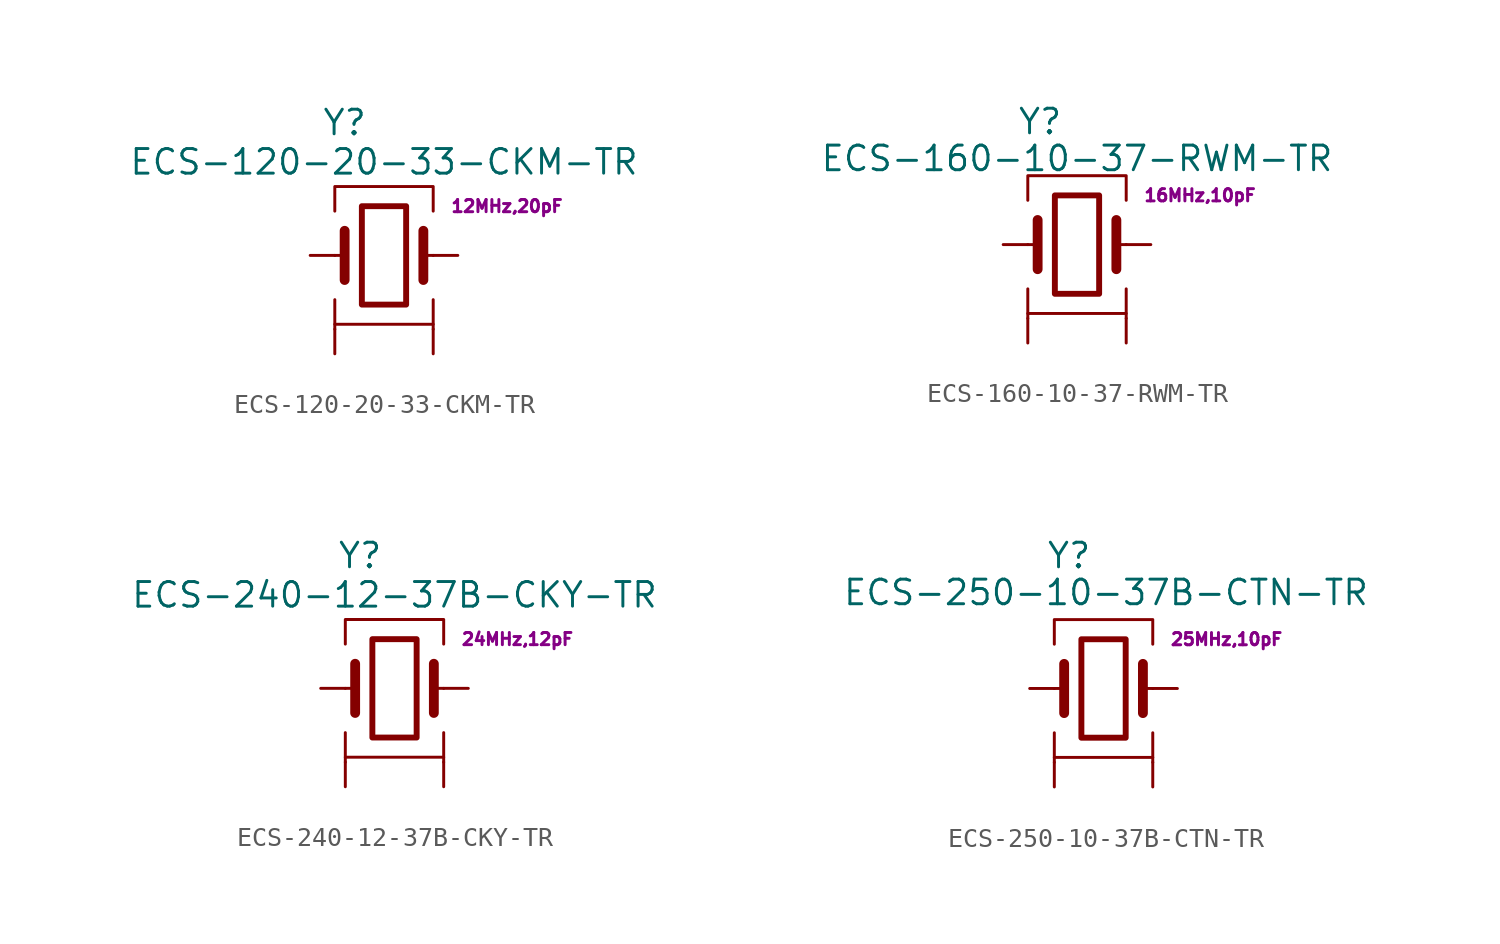
<source format=kicad_sym>
(kicad_symbol_lib
  (version 20241209)
  (generator "kicad_symbol_editor")
  (generator_version "9.0")
  (symbol "ECS-120-20-33-CKM-TR"
    (pin_numbers
      (hide yes))
    (pin_names
      (hide yes))
    (property "Reference" "Y"
      (at -2.032 6.858 0)
      (effects (font (size 1.27 1.27))))
    (property "Value" "ECS-120-20-33-CKM-TR"
      (at 0 4.826 0)
      (effects (font (size 1.27 1.27))))
    (property "Params" "12MHz,20pF"
      (at 6.35 2.54 0)
      (effects (font (size 0.63 0.63))))
    (symbol "ECS-120-20-33-CKM-TR_0_1"
      (polyline (pts (xy -2.54 2.286) (xy -2.54 3.556) (xy 2.54 3.556) (xy 2.54 2.286)) (stroke (width 0) (type default)) (fill (type none)))
      (polyline (pts (xy -2.54 0) (xy -2.032 0)) (stroke (width 0) (type default)) (fill (type none)))
      (polyline (pts (xy -2.54 -2.286) (xy -2.54 -3.556) (xy 2.54 -3.556) (xy 2.54 -2.286)) (stroke (width 0) (type default)) (fill (type none)))
      (polyline (pts (xy -2.54 -3.81) (xy -2.54 -3.556)) (stroke (width 0) (type default)) (fill (type none)))
      (polyline (pts (xy -2.032 -1.27) (xy -2.032 1.27)) (stroke (width 0.508) (type default)) (fill (type none)))
      (rectangle (start -1.143 2.54) (end 1.143 -2.54) (stroke (width 0.305) (type default)) (fill (type none)))
      (polyline (pts (xy 2.032 0) (xy 2.54 0)) (stroke (width 0) (type default)) (fill (type none)))
      (polyline (pts (xy 2.032 -1.27) (xy 2.032 1.27)) (stroke (width 0.508) (type default)) (fill (type none)))
      (polyline (pts (xy 2.54 -3.81) (xy 2.54 -3.556)) (stroke (width 0) (type default)) (fill (type none))))
    (symbol "ECS-120-20-33-CKM-TR_1_1"
      (pin passive line (at -3.81 0 0) (length 1.27) (name "1" (effects (font (size 1.27 1.27)))) (number "1" (effects (font (size 1.27 1.27)))))
      (pin passive line (at -2.54 -5.08 90) (length 1.27) (name "4" (effects (font (size 1.27 1.27)))) (number "4" (effects (font (size 1.27 1.27)))))
      (pin passive line (at 2.54 -5.08 90) (length 1.27) (name "2" (effects (font (size 1.27 1.27)))) (number "2" (effects (font (size 1.27 1.27)))))
      (pin passive line (at 3.81 0 180) (length 1.27) (name "3" (effects (font (size 1.27 1.27)))) (number "3" (effects (font (size 1.27 1.27)))))))
  (symbol "ECS-160-10-37-RWM-TR"
    (pin_numbers
      (hide yes))
    (pin_names
      (hide yes))
    (property "Reference" "Y"
      (at -1.905 6.35 0)
      (effects (font (size 1.27 1.27))))
    (property "Value" "ECS-160-10-37-RWM-TR"
      (at 0 4.445 0)
      (effects (font (size 1.27 1.27))))
    (property "Params" "16MHz,10pF"
      (at 6.35 2.54 0)
      (effects (font (size 0.63 0.63))))
    (symbol "ECS-160-10-37-RWM-TR_0_1"
      (polyline (pts (xy -2.54 2.286) (xy -2.54 3.556) (xy 2.54 3.556) (xy 2.54 2.286)) (stroke (width 0) (type default)) (fill (type none)))
      (polyline (pts (xy -2.54 0) (xy -2.032 0)) (stroke (width 0) (type default)) (fill (type none)))
      (polyline (pts (xy -2.54 -2.286) (xy -2.54 -3.556) (xy 2.54 -3.556) (xy 2.54 -2.286)) (stroke (width 0) (type default)) (fill (type none)))
      (polyline (pts (xy -2.54 -3.81) (xy -2.54 -3.556)) (stroke (width 0) (type default)) (fill (type none)))
      (polyline (pts (xy -2.032 -1.27) (xy -2.032 1.27)) (stroke (width 0.508) (type default)) (fill (type none)))
      (rectangle (start -1.143 2.54) (end 1.143 -2.54) (stroke (width 0.305) (type default)) (fill (type none)))
      (polyline (pts (xy 2.032 0) (xy 2.54 0)) (stroke (width 0) (type default)) (fill (type none)))
      (polyline (pts (xy 2.032 -1.27) (xy 2.032 1.27)) (stroke (width 0.508) (type default)) (fill (type none)))
      (polyline (pts (xy 2.54 -3.81) (xy 2.54 -3.556)) (stroke (width 0) (type default)) (fill (type none))))
    (symbol "ECS-160-10-37-RWM-TR_1_1"
      (pin passive line (at -3.81 0 0) (length 1.27) (name "1" (effects (font (size 1.27 1.27)))) (number "1" (effects (font (size 1.27 1.27)))))
      (pin passive line (at -2.54 -5.08 90) (length 1.27) (name "4" (effects (font (size 1.27 1.27)))) (number "4" (effects (font (size 1.27 1.27)))))
      (pin passive line (at 2.54 -5.08 90) (length 1.27) (name "2" (effects (font (size 1.27 1.27)))) (number "2" (effects (font (size 1.27 1.27)))))
      (pin passive line (at 3.81 0 180) (length 1.27) (name "3" (effects (font (size 1.27 1.27)))) (number "3" (effects (font (size 1.27 1.27)))))))
  (symbol "ECS-240-12-37B-CKY-TR"
    (pin_numbers
      (hide yes))
    (pin_names
      (hide yes))
    (property "Reference" "Y"
      (at -1.778 6.858 0)
      (effects (font (size 1.27 1.27))))
    (property "Value" "ECS-240-12-37B-CKY-TR"
      (at 0 4.826 0)
      (effects (font (size 1.27 1.27))))
    (property "Params" "24MHz,12pF"
      (at 6.35 2.54 0)
      (effects (font (size 0.63 0.63))))
    (symbol "ECS-240-12-37B-CKY-TR_0_1"
      (polyline (pts (xy -2.54 2.286) (xy -2.54 3.556) (xy 2.54 3.556) (xy 2.54 2.286)) (stroke (width 0) (type default)) (fill (type none)))
      (polyline (pts (xy -2.54 0) (xy -2.032 0)) (stroke (width 0) (type default)) (fill (type none)))
      (polyline (pts (xy -2.54 -2.286) (xy -2.54 -3.556) (xy 2.54 -3.556) (xy 2.54 -2.286)) (stroke (width 0) (type default)) (fill (type none)))
      (polyline (pts (xy -2.54 -3.81) (xy -2.54 -3.556)) (stroke (width 0) (type default)) (fill (type none)))
      (polyline (pts (xy -2.032 -1.27) (xy -2.032 1.27)) (stroke (width 0.508) (type default)) (fill (type none)))
      (rectangle (start -1.143 2.54) (end 1.143 -2.54) (stroke (width 0.305) (type default)) (fill (type none)))
      (polyline (pts (xy 2.032 0) (xy 2.54 0)) (stroke (width 0) (type default)) (fill (type none)))
      (polyline (pts (xy 2.032 -1.27) (xy 2.032 1.27)) (stroke (width 0.508) (type default)) (fill (type none)))
      (polyline (pts (xy 2.54 -3.81) (xy 2.54 -3.556)) (stroke (width 0) (type default)) (fill (type none))))
    (symbol "ECS-240-12-37B-CKY-TR_1_1"
      (pin passive line (at -3.81 0 0) (length 1.27) (name "1" (effects (font (size 1.27 1.27)))) (number "1" (effects (font (size 1.27 1.27)))))
      (pin passive line (at -2.54 -5.08 90) (length 1.27) (name "4" (effects (font (size 1.27 1.27)))) (number "4" (effects (font (size 1.27 1.27)))))
      (pin passive line (at 2.54 -5.08 90) (length 1.27) (name "2" (effects (font (size 1.27 1.27)))) (number "2" (effects (font (size 1.27 1.27)))))
      (pin passive line (at 3.81 0 180) (length 1.27) (name "3" (effects (font (size 1.27 1.27)))) (number "3" (effects (font (size 1.27 1.27)))))))
  (symbol "ECS-250-10-37B-CTN-TR"
    (pin_numbers
      (hide yes))
    (pin_names
      (hide yes))
    (property "Reference" "Y"
      (at -1.778 6.858 0)
      (effects (font (size 1.27 1.27))))
    (property "Value" "ECS-250-10-37B-CTN-TR"
      (at 0.127 4.953 0)
      (effects (font (size 1.27 1.27))))
    (property "Params" "25MHz,10pF"
      (at 6.35 2.54 0)
      (effects (font (size 0.63 0.63))))
    (symbol "ECS-250-10-37B-CTN-TR_0_1"
      (polyline (pts (xy -2.54 2.286) (xy -2.54 3.556) (xy 2.54 3.556) (xy 2.54 2.286)) (stroke (width 0) (type default)) (fill (type none)))
      (polyline (pts (xy -2.54 0) (xy -2.032 0)) (stroke (width 0) (type default)) (fill (type none)))
      (polyline (pts (xy -2.54 -2.286) (xy -2.54 -3.556) (xy 2.54 -3.556) (xy 2.54 -2.286)) (stroke (width 0) (type default)) (fill (type none)))
      (polyline (pts (xy -2.54 -3.81) (xy -2.54 -3.556)) (stroke (width 0) (type default)) (fill (type none)))
      (polyline (pts (xy -2.032 -1.27) (xy -2.032 1.27)) (stroke (width 0.508) (type default)) (fill (type none)))
      (rectangle (start -1.143 2.54) (end 1.143 -2.54) (stroke (width 0.305) (type default)) (fill (type none)))
      (polyline (pts (xy 2.032 0) (xy 2.54 0)) (stroke (width 0) (type default)) (fill (type none)))
      (polyline (pts (xy 2.032 -1.27) (xy 2.032 1.27)) (stroke (width 0.508) (type default)) (fill (type none)))
      (polyline (pts (xy 2.54 -3.81) (xy 2.54 -3.556)) (stroke (width 0) (type default)) (fill (type none))))
    (symbol "ECS-250-10-37B-CTN-TR_1_1"
      (pin passive line (at -3.81 0 0) (length 1.27) (name "1" (effects (font (size 1.27 1.27)))) (number "1" (effects (font (size 1.27 1.27)))))
      (pin passive line (at -2.54 -5.08 90) (length 1.27) (name "4" (effects (font (size 1.27 1.27)))) (number "4" (effects (font (size 1.27 1.27)))))
      (pin passive line (at 2.54 -5.08 90) (length 1.27) (name "2" (effects (font (size 1.27 1.27)))) (number "2" (effects (font (size 1.27 1.27)))))
      (pin passive line (at 3.81 0 180) (length 1.27) (name "3" (effects (font (size 1.27 1.27)))) (number "3" (effects (font (size 1.27 1.27))))))))
</source>
